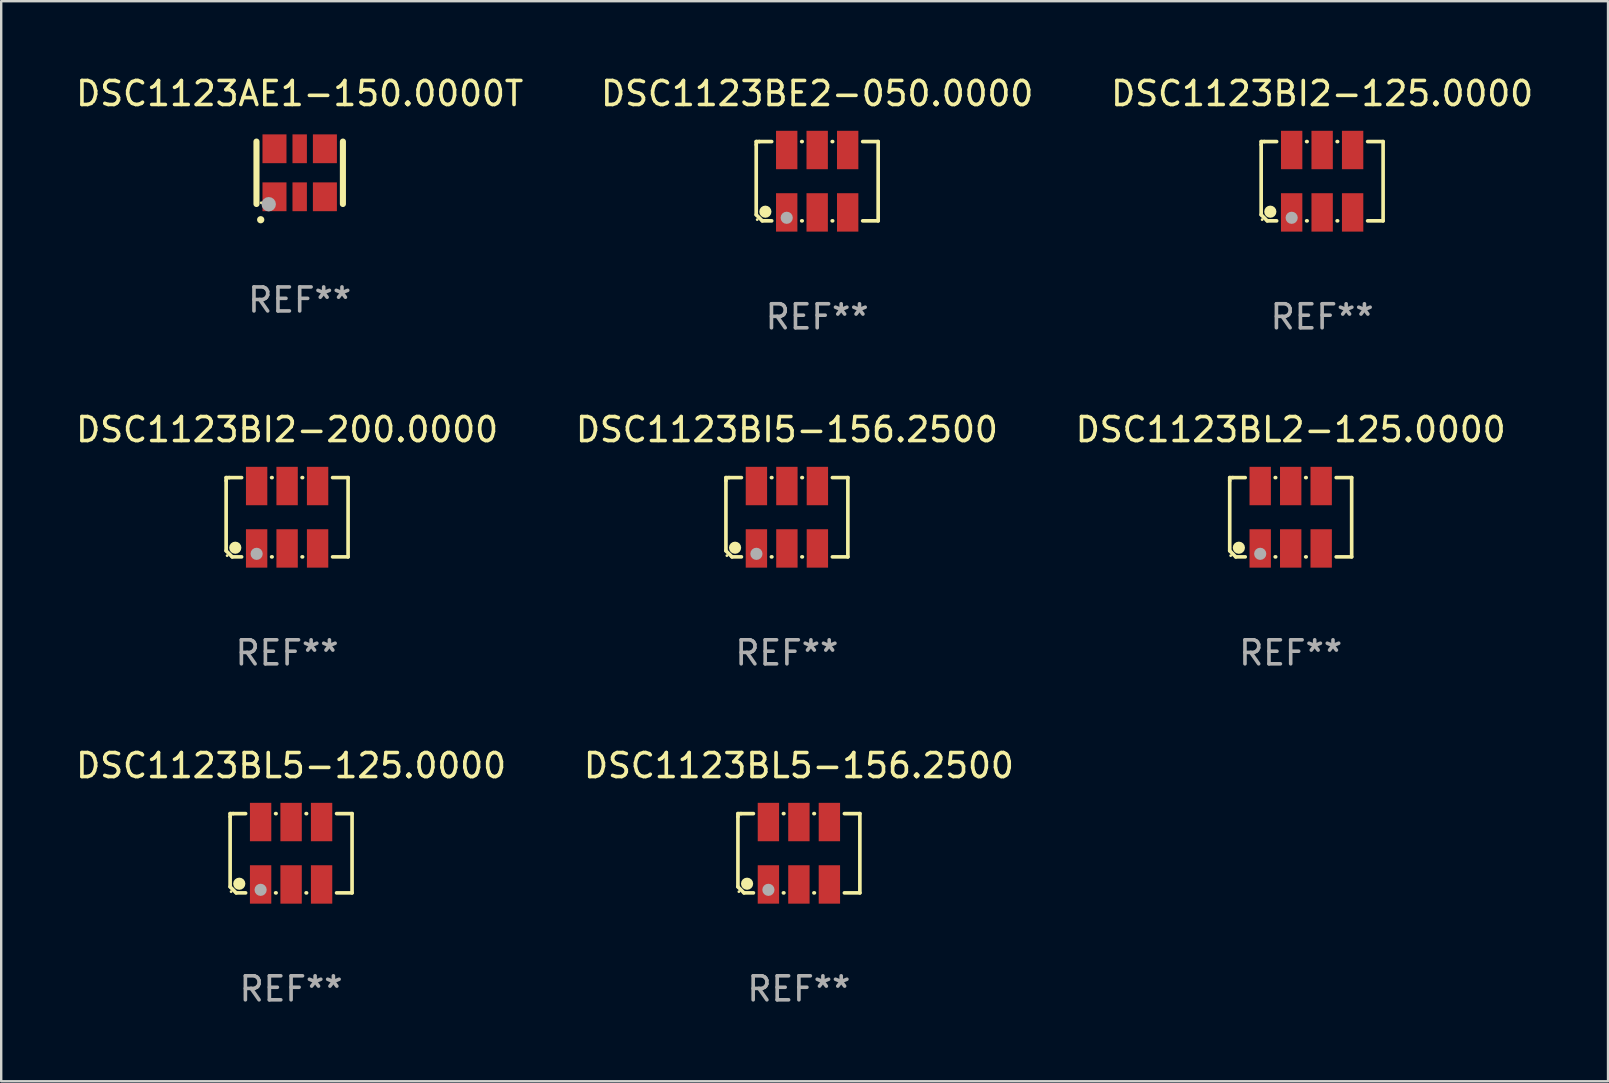
<source format=kicad_pcb>
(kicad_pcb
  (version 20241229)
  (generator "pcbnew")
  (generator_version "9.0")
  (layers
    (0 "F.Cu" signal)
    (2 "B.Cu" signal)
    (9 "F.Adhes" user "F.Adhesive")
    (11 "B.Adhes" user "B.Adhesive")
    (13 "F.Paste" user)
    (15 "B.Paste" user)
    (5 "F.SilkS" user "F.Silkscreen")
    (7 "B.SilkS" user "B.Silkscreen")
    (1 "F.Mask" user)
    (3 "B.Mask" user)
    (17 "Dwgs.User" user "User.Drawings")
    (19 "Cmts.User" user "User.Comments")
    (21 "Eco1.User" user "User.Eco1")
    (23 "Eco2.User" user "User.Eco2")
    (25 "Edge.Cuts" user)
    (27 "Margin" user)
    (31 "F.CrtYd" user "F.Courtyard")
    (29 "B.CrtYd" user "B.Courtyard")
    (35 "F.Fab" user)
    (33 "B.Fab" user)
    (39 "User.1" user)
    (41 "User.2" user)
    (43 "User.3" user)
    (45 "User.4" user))
  (footprint "DSC1123BL2-125.0000"
    (layer "F.Cu")
    (at 50.72 18.498)
    (property "Reference" "DSC1123BL2-125.0000" (at 0 -3.651 0) (layer "F.SilkS") (effects (font (size 1 1) (thickness 0.15))))
    (attr through_hole)
    (fp_line (start -2.54 -1.651) (end -2.413 -1.651) (stroke (width 0.152) (type solid)) (layer "F.SilkS"))
    (fp_line (start -2.54 -1.524) (end -2.54 -1.651) (stroke (width 0.152) (type solid)) (layer "F.SilkS"))
    (fp_line (start -2.54 1.397) (end -2.54 -1.524) (stroke (width 0.152) (type solid)) (layer "F.SilkS"))
    (fp_line (start -2.413 -1.651) (end -1.895 -1.651) (stroke (width 0.152) (type solid)) (layer "F.SilkS"))
    (fp_line (start -2.286 1.651) (end -2.54 1.397) (stroke (width 0.152) (type solid)) (layer "F.SilkS"))
    (fp_line (start -1.895 1.651) (end -2.286 1.651) (stroke (width 0.152) (type solid)) (layer "F.SilkS"))
    (fp_line (start -0.645 -1.651) (end -0.625 -1.651) (stroke (width 0.152) (type solid)) (layer "F.SilkS"))
    (fp_line (start -0.625 1.651) (end -0.645 1.651) (stroke (width 0.152) (type solid)) (layer "F.SilkS"))
    (fp_line (start 0.625 -1.651) (end 0.645 -1.651) (stroke (width 0.152) (type solid)) (layer "F.SilkS"))
    (fp_line (start 0.645 1.651) (end 0.625 1.651) (stroke (width 0.152) (type solid)) (layer "F.SilkS"))
    (fp_line (start 1.895 -1.651) (end 2.54 -1.651) (stroke (width 0.152) (type solid)) (layer "F.SilkS"))
    (fp_line (start 2.54 -1.651) (end 2.54 1.651) (stroke (width 0.152) (type solid)) (layer "F.SilkS"))
    (fp_line (start 2.54 1.651) (end 1.895 1.651) (stroke (width 0.152) (type solid)) (layer "F.SilkS"))
    (fp_circle (center -2.5 1.6) (end -2.47 1.6) (stroke (width 0.06) (type solid)) (fill no) (layer "F.SilkS"))
    (fp_circle (center -2.159 1.27) (end -2.032 1.27) (stroke (width 0.254) (type solid)) (fill no) (layer "F.SilkS"))
    (fp_circle (center -1.27 1.524) (end -1.143 1.524) (stroke (width 0.254) (type solid)) (fill no) (layer "F.Fab"))
    (fp_text user "REF**" (at 0 5.651 0) (layer "F.Fab") (effects (font (size 1 1) (thickness 0.15))))
    (pad "1" smd rect (at -1.27 1.3) (size 0.89 1.6) (layers "F.Cu" "F.Mask" "F.Paste"))
    (pad "2" smd rect (at 0 1.3) (size 0.89 1.6) (layers "F.Cu" "F.Mask" "F.Paste"))
    (pad "3" smd rect (at 1.27 1.3) (size 0.89 1.6) (layers "F.Cu" "F.Mask" "F.Paste"))
    (pad "4" smd rect (at 1.27 -1.3) (size 0.89 1.6) (layers "F.Cu" "F.Mask" "F.Paste"))
    (pad "5" smd rect (at 0 -1.3) (size 0.89 1.6) (layers "F.Cu" "F.Mask" "F.Paste"))
    (pad "6" smd rect (at -1.27 -1.3) (size 0.89 1.6) (layers "F.Cu" "F.Mask" "F.Paste")))
  (footprint "DSC1123BL5-125.0000"
    (layer "F.Cu")
    (at 9.077 32.496)
    (property "Reference" "DSC1123BL5-125.0000" (at 0 -3.651 0) (layer "F.SilkS") (effects (font (size 1 1) (thickness 0.15))))
    (attr through_hole)
    (fp_line (start -2.54 -1.651) (end -2.413 -1.651) (stroke (width 0.152) (type solid)) (layer "F.SilkS"))
    (fp_line (start -2.54 -1.524) (end -2.54 -1.651) (stroke (width 0.152) (type solid)) (layer "F.SilkS"))
    (fp_line (start -2.54 1.397) (end -2.54 -1.524) (stroke (width 0.152) (type solid)) (layer "F.SilkS"))
    (fp_line (start -2.413 -1.651) (end -1.895 -1.651) (stroke (width 0.152) (type solid)) (layer "F.SilkS"))
    (fp_line (start -2.286 1.651) (end -2.54 1.397) (stroke (width 0.152) (type solid)) (layer "F.SilkS"))
    (fp_line (start -1.895 1.651) (end -2.286 1.651) (stroke (width 0.152) (type solid)) (layer "F.SilkS"))
    (fp_line (start -0.645 -1.651) (end -0.625 -1.651) (stroke (width 0.152) (type solid)) (layer "F.SilkS"))
    (fp_line (start -0.625 1.651) (end -0.645 1.651) (stroke (width 0.152) (type solid)) (layer "F.SilkS"))
    (fp_line (start 0.625 -1.651) (end 0.645 -1.651) (stroke (width 0.152) (type solid)) (layer "F.SilkS"))
    (fp_line (start 0.645 1.651) (end 0.625 1.651) (stroke (width 0.152) (type solid)) (layer "F.SilkS"))
    (fp_line (start 1.895 -1.651) (end 2.54 -1.651) (stroke (width 0.152) (type solid)) (layer "F.SilkS"))
    (fp_line (start 2.54 -1.651) (end 2.54 1.651) (stroke (width 0.152) (type solid)) (layer "F.SilkS"))
    (fp_line (start 2.54 1.651) (end 1.895 1.651) (stroke (width 0.152) (type solid)) (layer "F.SilkS"))
    (fp_circle (center -2.5 1.6) (end -2.47 1.6) (stroke (width 0.06) (type solid)) (fill no) (layer "F.SilkS"))
    (fp_circle (center -2.159 1.27) (end -2.032 1.27) (stroke (width 0.254) (type solid)) (fill no) (layer "F.SilkS"))
    (fp_circle (center -1.27 1.524) (end -1.143 1.524) (stroke (width 0.254) (type solid)) (fill no) (layer "F.Fab"))
    (fp_text user "REF**" (at 0 5.651 0) (layer "F.Fab") (effects (font (size 1 1) (thickness 0.15))))
    (pad "1" smd rect (at -1.27 1.3) (size 0.89 1.6) (layers "F.Cu" "F.Mask" "F.Paste"))
    (pad "2" smd rect (at 0 1.3) (size 0.89 1.6) (layers "F.Cu" "F.Mask" "F.Paste"))
    (pad "3" smd rect (at 1.27 1.3) (size 0.89 1.6) (layers "F.Cu" "F.Mask" "F.Paste"))
    (pad "4" smd rect (at 1.27 -1.3) (size 0.89 1.6) (layers "F.Cu" "F.Mask" "F.Paste"))
    (pad "5" smd rect (at 0 -1.3) (size 0.89 1.6) (layers "F.Cu" "F.Mask" "F.Paste"))
    (pad "6" smd rect (at -1.27 -1.3) (size 0.89 1.6) (layers "F.Cu" "F.Mask" "F.Paste")))
  (footprint "DSC1123AE1-150.0000T"
    (layer "F.Cu")
    (at 9.435 4.148)
    (property "Reference" "DSC1123AE1-150.0000T" (at 0 -3.3 0) (layer "F.SilkS") (effects (font (size 1 1) (thickness 0.15))))
    (attr through_hole)
    (fp_line (start -1.8 -1.3) (end -1.8 1.3) (stroke (width 0.254) (type solid)) (layer "F.SilkS"))
    (fp_line (start 1.8 -1.3) (end 1.8 1.3) (stroke (width 0.254) (type solid)) (layer "F.SilkS"))
    (fp_arc (start -1.625603 1.955804) (mid -1.624333 1.955799) (end -1.623063 1.955804) (stroke (width 0.3) (type solid)) (layer "F.SilkS"))
    (fp_circle (center -1.6 1.25) (end -1.57 1.25) (stroke (width 0.06) (type solid)) (fill no) (layer "F.SilkS"))
    (fp_circle (center -1.29 1.31) (end -1.14 1.31) (stroke (width 0.3) (type solid)) (fill no) (layer "F.Fab"))
    (fp_text user "REF**" (at 0 5.3 0) (layer "F.Fab") (effects (font (size 1 1) (thickness 0.15))))
    (pad "1" smd rect (at -1.05 1) (size 1 1.2) (layers "F.Cu" "F.Mask" "F.Paste"))
    (pad "2" smd rect (at 0 1) (size 0.6 1.2) (layers "F.Cu" "F.Mask" "F.Paste"))
    (pad "3" smd rect (at 1.05 1) (size 1 1.2) (layers "F.Cu" "F.Mask" "F.Paste"))
    (pad "4" smd rect (at 1.05 -1) (size 1 1.2) (layers "F.Cu" "F.Mask" "F.Paste"))
    (pad "5" smd rect (at 0 -1) (size 0.6 1.2) (layers "F.Cu" "F.Mask" "F.Paste"))
    (pad "6" smd rect (at -1.05 -1) (size 1 1.2) (layers "F.Cu" "F.Mask" "F.Paste")))
  (footprint "DSC1123BI5-156.2500"
    (layer "F.Cu")
    (at 29.732 18.498)
    (property "Reference" "DSC1123BI5-156.2500" (at 0 -3.651 0) (layer "F.SilkS") (effects (font (size 1 1) (thickness 0.15))))
    (attr through_hole)
    (fp_line (start -2.54 -1.651) (end -2.413 -1.651) (stroke (width 0.152) (type solid)) (layer "F.SilkS"))
    (fp_line (start -2.54 -1.524) (end -2.54 -1.651) (stroke (width 0.152) (type solid)) (layer "F.SilkS"))
    (fp_line (start -2.54 1.397) (end -2.54 -1.524) (stroke (width 0.152) (type solid)) (layer "F.SilkS"))
    (fp_line (start -2.413 -1.651) (end -1.895 -1.651) (stroke (width 0.152) (type solid)) (layer "F.SilkS"))
    (fp_line (start -2.286 1.651) (end -2.54 1.397) (stroke (width 0.152) (type solid)) (layer "F.SilkS"))
    (fp_line (start -1.895 1.651) (end -2.286 1.651) (stroke (width 0.152) (type solid)) (layer "F.SilkS"))
    (fp_line (start -0.645 -1.651) (end -0.625 -1.651) (stroke (width 0.152) (type solid)) (layer "F.SilkS"))
    (fp_line (start -0.625 1.651) (end -0.645 1.651) (stroke (width 0.152) (type solid)) (layer "F.SilkS"))
    (fp_line (start 0.625 -1.651) (end 0.645 -1.651) (stroke (width 0.152) (type solid)) (layer "F.SilkS"))
    (fp_line (start 0.645 1.651) (end 0.625 1.651) (stroke (width 0.152) (type solid)) (layer "F.SilkS"))
    (fp_line (start 1.895 -1.651) (end 2.54 -1.651) (stroke (width 0.152) (type solid)) (layer "F.SilkS"))
    (fp_line (start 2.54 -1.651) (end 2.54 1.651) (stroke (width 0.152) (type solid)) (layer "F.SilkS"))
    (fp_line (start 2.54 1.651) (end 1.895 1.651) (stroke (width 0.152) (type solid)) (layer "F.SilkS"))
    (fp_circle (center -2.5 1.6) (end -2.47 1.6) (stroke (width 0.06) (type solid)) (fill no) (layer "F.SilkS"))
    (fp_circle (center -2.159 1.27) (end -2.032 1.27) (stroke (width 0.254) (type solid)) (fill no) (layer "F.SilkS"))
    (fp_circle (center -1.27 1.524) (end -1.143 1.524) (stroke (width 0.254) (type solid)) (fill no) (layer "F.Fab"))
    (fp_text user "REF**" (at 0 5.651 0) (layer "F.Fab") (effects (font (size 1 1) (thickness 0.15))))
    (pad "1" smd rect (at -1.27 1.3) (size 0.89 1.6) (layers "F.Cu" "F.Mask" "F.Paste"))
    (pad "2" smd rect (at 0 1.3) (size 0.89 1.6) (layers "F.Cu" "F.Mask" "F.Paste"))
    (pad "3" smd rect (at 1.27 1.3) (size 0.89 1.6) (layers "F.Cu" "F.Mask" "F.Paste"))
    (pad "4" smd rect (at 1.27 -1.3) (size 0.89 1.6) (layers "F.Cu" "F.Mask" "F.Paste"))
    (pad "5" smd rect (at 0 -1.3) (size 0.89 1.6) (layers "F.Cu" "F.Mask" "F.Paste"))
    (pad "6" smd rect (at -1.27 -1.3) (size 0.89 1.6) (layers "F.Cu" "F.Mask" "F.Paste")))
  (footprint "DSC1123BI2-200.0000"
    (layer "F.Cu")
    (at 8.911 18.498)
    (property "Reference" "DSC1123BI2-200.0000" (at 0 -3.651 0) (layer "F.SilkS") (effects (font (size 1 1) (thickness 0.15))))
    (attr through_hole)
    (fp_line (start -2.54 -1.651) (end -2.413 -1.651) (stroke (width 0.152) (type solid)) (layer "F.SilkS"))
    (fp_line (start -2.54 -1.524) (end -2.54 -1.651) (stroke (width 0.152) (type solid)) (layer "F.SilkS"))
    (fp_line (start -2.54 1.397) (end -2.54 -1.524) (stroke (width 0.152) (type solid)) (layer "F.SilkS"))
    (fp_line (start -2.413 -1.651) (end -1.895 -1.651) (stroke (width 0.152) (type solid)) (layer "F.SilkS"))
    (fp_line (start -2.286 1.651) (end -2.54 1.397) (stroke (width 0.152) (type solid)) (layer "F.SilkS"))
    (fp_line (start -1.895 1.651) (end -2.286 1.651) (stroke (width 0.152) (type solid)) (layer "F.SilkS"))
    (fp_line (start -0.645 -1.651) (end -0.625 -1.651) (stroke (width 0.152) (type solid)) (layer "F.SilkS"))
    (fp_line (start -0.625 1.651) (end -0.645 1.651) (stroke (width 0.152) (type solid)) (layer "F.SilkS"))
    (fp_line (start 0.625 -1.651) (end 0.645 -1.651) (stroke (width 0.152) (type solid)) (layer "F.SilkS"))
    (fp_line (start 0.645 1.651) (end 0.625 1.651) (stroke (width 0.152) (type solid)) (layer "F.SilkS"))
    (fp_line (start 1.895 -1.651) (end 2.54 -1.651) (stroke (width 0.152) (type solid)) (layer "F.SilkS"))
    (fp_line (start 2.54 -1.651) (end 2.54 1.651) (stroke (width 0.152) (type solid)) (layer "F.SilkS"))
    (fp_line (start 2.54 1.651) (end 1.895 1.651) (stroke (width 0.152) (type solid)) (layer "F.SilkS"))
    (fp_circle (center -2.5 1.6) (end -2.47 1.6) (stroke (width 0.06) (type solid)) (fill no) (layer "F.SilkS"))
    (fp_circle (center -2.159 1.27) (end -2.032 1.27) (stroke (width 0.254) (type solid)) (fill no) (layer "F.SilkS"))
    (fp_circle (center -1.27 1.524) (end -1.143 1.524) (stroke (width 0.254) (type solid)) (fill no) (layer "F.Fab"))
    (fp_text user "REF**" (at 0 5.651 0) (layer "F.Fab") (effects (font (size 1 1) (thickness 0.15))))
    (pad "1" smd rect (at -1.27 1.3) (size 0.89 1.6) (layers "F.Cu" "F.Mask" "F.Paste"))
    (pad "2" smd rect (at 0 1.3) (size 0.89 1.6) (layers "F.Cu" "F.Mask" "F.Paste"))
    (pad "3" smd rect (at 1.27 1.3) (size 0.89 1.6) (layers "F.Cu" "F.Mask" "F.Paste"))
    (pad "4" smd rect (at 1.27 -1.3) (size 0.89 1.6) (layers "F.Cu" "F.Mask" "F.Paste"))
    (pad "5" smd rect (at 0 -1.3) (size 0.89 1.6) (layers "F.Cu" "F.Mask" "F.Paste"))
    (pad "6" smd rect (at -1.27 -1.3) (size 0.89 1.6) (layers "F.Cu" "F.Mask" "F.Paste")))
  (footprint "DSC1123BL5-156.2500"
    (layer "F.Cu")
    (at 30.232 32.496)
    (property "Reference" "DSC1123BL5-156.2500" (at 0 -3.651 0) (layer "F.SilkS") (effects (font (size 1 1) (thickness 0.15))))
    (attr through_hole)
    (fp_line (start -2.54 -1.651) (end -2.413 -1.651) (stroke (width 0.152) (type solid)) (layer "F.SilkS"))
    (fp_line (start -2.54 -1.524) (end -2.54 -1.651) (stroke (width 0.152) (type solid)) (layer "F.SilkS"))
    (fp_line (start -2.54 1.397) (end -2.54 -1.524) (stroke (width 0.152) (type solid)) (layer "F.SilkS"))
    (fp_line (start -2.413 -1.651) (end -1.895 -1.651) (stroke (width 0.152) (type solid)) (layer "F.SilkS"))
    (fp_line (start -2.286 1.651) (end -2.54 1.397) (stroke (width 0.152) (type solid)) (layer "F.SilkS"))
    (fp_line (start -1.895 1.651) (end -2.286 1.651) (stroke (width 0.152) (type solid)) (layer "F.SilkS"))
    (fp_line (start -0.645 -1.651) (end -0.625 -1.651) (stroke (width 0.152) (type solid)) (layer "F.SilkS"))
    (fp_line (start -0.625 1.651) (end -0.645 1.651) (stroke (width 0.152) (type solid)) (layer "F.SilkS"))
    (fp_line (start 0.625 -1.651) (end 0.645 -1.651) (stroke (width 0.152) (type solid)) (layer "F.SilkS"))
    (fp_line (start 0.645 1.651) (end 0.625 1.651) (stroke (width 0.152) (type solid)) (layer "F.SilkS"))
    (fp_line (start 1.895 -1.651) (end 2.54 -1.651) (stroke (width 0.152) (type solid)) (layer "F.SilkS"))
    (fp_line (start 2.54 -1.651) (end 2.54 1.651) (stroke (width 0.152) (type solid)) (layer "F.SilkS"))
    (fp_line (start 2.54 1.651) (end 1.895 1.651) (stroke (width 0.152) (type solid)) (layer "F.SilkS"))
    (fp_circle (center -2.5 1.6) (end -2.47 1.6) (stroke (width 0.06) (type solid)) (fill no) (layer "F.SilkS"))
    (fp_circle (center -2.159 1.27) (end -2.032 1.27) (stroke (width 0.254) (type solid)) (fill no) (layer "F.SilkS"))
    (fp_circle (center -1.27 1.524) (end -1.143 1.524) (stroke (width 0.254) (type solid)) (fill no) (layer "F.Fab"))
    (fp_text user "REF**" (at 0 5.651 0) (layer "F.Fab") (effects (font (size 1 1) (thickness 0.15))))
    (pad "1" smd rect (at -1.27 1.3) (size 0.89 1.6) (layers "F.Cu" "F.Mask" "F.Paste"))
    (pad "2" smd rect (at 0 1.3) (size 0.89 1.6) (layers "F.Cu" "F.Mask" "F.Paste"))
    (pad "3" smd rect (at 1.27 1.3) (size 0.89 1.6) (layers "F.Cu" "F.Mask" "F.Paste"))
    (pad "4" smd rect (at 1.27 -1.3) (size 0.89 1.6) (layers "F.Cu" "F.Mask" "F.Paste"))
    (pad "5" smd rect (at 0 -1.3) (size 0.89 1.6) (layers "F.Cu" "F.Mask" "F.Paste"))
    (pad "6" smd rect (at -1.27 -1.3) (size 0.89 1.6) (layers "F.Cu" "F.Mask" "F.Paste")))
  (footprint "DSC1123BE2-050.0000"
    (layer "F.Cu")
    (at 30.994 4.499)
    (property "Reference" "DSC1123BE2-050.0000" (at 0 -3.651 0) (layer "F.SilkS") (effects (font (size 1 1) (thickness 0.15))))
    (attr through_hole)
    (fp_line (start -2.54 -1.651) (end -2.413 -1.651) (stroke (width 0.152) (type solid)) (layer "F.SilkS"))
    (fp_line (start -2.54 -1.524) (end -2.54 -1.651) (stroke (width 0.152) (type solid)) (layer "F.SilkS"))
    (fp_line (start -2.54 1.397) (end -2.54 -1.524) (stroke (width 0.152) (type solid)) (layer "F.SilkS"))
    (fp_line (start -2.413 -1.651) (end -1.895 -1.651) (stroke (width 0.152) (type solid)) (layer "F.SilkS"))
    (fp_line (start -2.286 1.651) (end -2.54 1.397) (stroke (width 0.152) (type solid)) (layer "F.SilkS"))
    (fp_line (start -1.895 1.651) (end -2.286 1.651) (stroke (width 0.152) (type solid)) (layer "F.SilkS"))
    (fp_line (start -0.645 -1.651) (end -0.625 -1.651) (stroke (width 0.152) (type solid)) (layer "F.SilkS"))
    (fp_line (start -0.625 1.651) (end -0.645 1.651) (stroke (width 0.152) (type solid)) (layer "F.SilkS"))
    (fp_line (start 0.625 -1.651) (end 0.645 -1.651) (stroke (width 0.152) (type solid)) (layer "F.SilkS"))
    (fp_line (start 0.645 1.651) (end 0.625 1.651) (stroke (width 0.152) (type solid)) (layer "F.SilkS"))
    (fp_line (start 1.895 -1.651) (end 2.54 -1.651) (stroke (width 0.152) (type solid)) (layer "F.SilkS"))
    (fp_line (start 2.54 -1.651) (end 2.54 1.651) (stroke (width 0.152) (type solid)) (layer "F.SilkS"))
    (fp_line (start 2.54 1.651) (end 1.895 1.651) (stroke (width 0.152) (type solid)) (layer "F.SilkS"))
    (fp_circle (center -2.5 1.6) (end -2.47 1.6) (stroke (width 0.06) (type solid)) (fill no) (layer "F.SilkS"))
    (fp_circle (center -2.159 1.27) (end -2.032 1.27) (stroke (width 0.254) (type solid)) (fill no) (layer "F.SilkS"))
    (fp_circle (center -1.27 1.524) (end -1.143 1.524) (stroke (width 0.254) (type solid)) (fill no) (layer "F.Fab"))
    (fp_text user "REF**" (at 0 5.651 0) (layer "F.Fab") (effects (font (size 1 1) (thickness 0.15))))
    (pad "1" smd rect (at -1.27 1.3) (size 0.89 1.6) (layers "F.Cu" "F.Mask" "F.Paste"))
    (pad "2" smd rect (at 0 1.3) (size 0.89 1.6) (layers "F.Cu" "F.Mask" "F.Paste"))
    (pad "3" smd rect (at 1.27 1.3) (size 0.89 1.6) (layers "F.Cu" "F.Mask" "F.Paste"))
    (pad "4" smd rect (at 1.27 -1.3) (size 0.89 1.6) (layers "F.Cu" "F.Mask" "F.Paste"))
    (pad "5" smd rect (at 0 -1.3) (size 0.89 1.6) (layers "F.Cu" "F.Mask" "F.Paste"))
    (pad "6" smd rect (at -1.27 -1.3) (size 0.89 1.6) (layers "F.Cu" "F.Mask" "F.Paste")))
  (footprint "DSC1123BI2-125.0000"
    (layer "F.Cu")
    (at 52.03 4.499)
    (property "Reference" "DSC1123BI2-125.0000" (at 0 -3.651 0) (layer "F.SilkS") (effects (font (size 1 1) (thickness 0.15))))
    (attr through_hole)
    (fp_line (start -2.54 -1.651) (end -2.413 -1.651) (stroke (width 0.152) (type solid)) (layer "F.SilkS"))
    (fp_line (start -2.54 -1.524) (end -2.54 -1.651) (stroke (width 0.152) (type solid)) (layer "F.SilkS"))
    (fp_line (start -2.54 1.397) (end -2.54 -1.524) (stroke (width 0.152) (type solid)) (layer "F.SilkS"))
    (fp_line (start -2.413 -1.651) (end -1.895 -1.651) (stroke (width 0.152) (type solid)) (layer "F.SilkS"))
    (fp_line (start -2.286 1.651) (end -2.54 1.397) (stroke (width 0.152) (type solid)) (layer "F.SilkS"))
    (fp_line (start -1.895 1.651) (end -2.286 1.651) (stroke (width 0.152) (type solid)) (layer "F.SilkS"))
    (fp_line (start -0.645 -1.651) (end -0.625 -1.651) (stroke (width 0.152) (type solid)) (layer "F.SilkS"))
    (fp_line (start -0.625 1.651) (end -0.645 1.651) (stroke (width 0.152) (type solid)) (layer "F.SilkS"))
    (fp_line (start 0.625 -1.651) (end 0.645 -1.651) (stroke (width 0.152) (type solid)) (layer "F.SilkS"))
    (fp_line (start 0.645 1.651) (end 0.625 1.651) (stroke (width 0.152) (type solid)) (layer "F.SilkS"))
    (fp_line (start 1.895 -1.651) (end 2.54 -1.651) (stroke (width 0.152) (type solid)) (layer "F.SilkS"))
    (fp_line (start 2.54 -1.651) (end 2.54 1.651) (stroke (width 0.152) (type solid)) (layer "F.SilkS"))
    (fp_line (start 2.54 1.651) (end 1.895 1.651) (stroke (width 0.152) (type solid)) (layer "F.SilkS"))
    (fp_circle (center -2.5 1.6) (end -2.47 1.6) (stroke (width 0.06) (type solid)) (fill no) (layer "F.SilkS"))
    (fp_circle (center -2.159 1.27) (end -2.032 1.27) (stroke (width 0.254) (type solid)) (fill no) (layer "F.SilkS"))
    (fp_circle (center -1.27 1.524) (end -1.143 1.524) (stroke (width 0.254) (type solid)) (fill no) (layer "F.Fab"))
    (fp_text user "REF**" (at 0 5.651 0) (layer "F.Fab") (effects (font (size 1 1) (thickness 0.15))))
    (pad "1" smd rect (at -1.27 1.3) (size 0.89 1.6) (layers "F.Cu" "F.Mask" "F.Paste"))
    (pad "2" smd rect (at 0 1.3) (size 0.89 1.6) (layers "F.Cu" "F.Mask" "F.Paste"))
    (pad "3" smd rect (at 1.27 1.3) (size 0.89 1.6) (layers "F.Cu" "F.Mask" "F.Paste"))
    (pad "4" smd rect (at 1.27 -1.3) (size 0.89 1.6) (layers "F.Cu" "F.Mask" "F.Paste"))
    (pad "5" smd rect (at 0 -1.3) (size 0.89 1.6) (layers "F.Cu" "F.Mask" "F.Paste"))
    (pad "6" smd rect (at -1.27 -1.3) (size 0.89 1.6) (layers "F.Cu" "F.Mask" "F.Paste")))
  (gr_rect
    (start -3 -3)
    (end 63.94 41.996)
    (stroke (width 0.1) (type default))
    (fill no)
    (layer "Edge.Cuts")))
</source>
